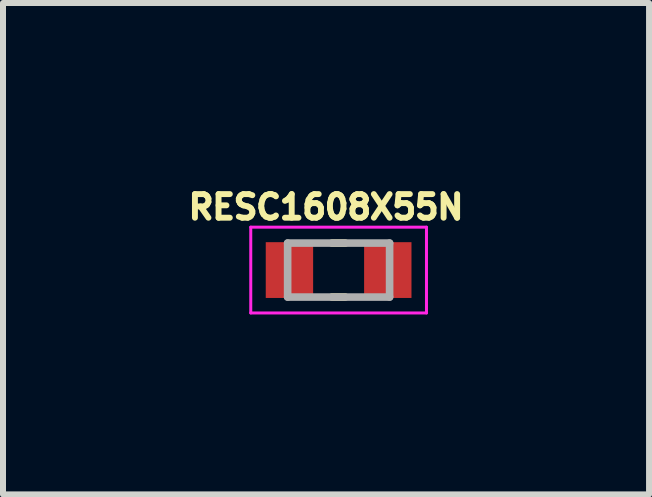
<source format=kicad_pcb>
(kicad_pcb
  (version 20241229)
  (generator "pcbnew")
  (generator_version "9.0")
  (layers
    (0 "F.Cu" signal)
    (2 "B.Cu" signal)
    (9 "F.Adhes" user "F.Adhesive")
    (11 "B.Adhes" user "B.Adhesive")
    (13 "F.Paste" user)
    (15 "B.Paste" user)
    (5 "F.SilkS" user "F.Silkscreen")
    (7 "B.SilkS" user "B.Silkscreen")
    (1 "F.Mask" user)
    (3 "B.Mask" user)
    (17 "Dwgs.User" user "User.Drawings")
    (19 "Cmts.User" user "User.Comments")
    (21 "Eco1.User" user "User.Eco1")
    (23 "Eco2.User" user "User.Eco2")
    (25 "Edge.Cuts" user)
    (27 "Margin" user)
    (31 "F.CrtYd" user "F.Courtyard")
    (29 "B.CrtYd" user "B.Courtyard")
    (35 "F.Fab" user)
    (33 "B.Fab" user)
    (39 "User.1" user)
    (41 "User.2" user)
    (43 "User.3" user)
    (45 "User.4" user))
  (footprint "RESC1608X55N"
    (layer "F.Cu")
    (at 2.596 1.453)
    (property "Reference" "RESC1608X55N" (at -0.21 -1.05 0) (layer "F.SilkS") (effects (font (size 0.394 0.394) (thickness 0.15))))
    (attr smd)
    (fp_line (start -0.11 -0.45) (end 0.11 -0.45) (stroke (width 0.127) (type solid)) (layer "F.SilkS"))
    (fp_line (start -0.11 0.45) (end 0.11 0.45) (stroke (width 0.127) (type solid)) (layer "F.SilkS"))
    (fp_line (start -1.465 -0.715) (end 1.465 -0.715) (stroke (width 0.05) (type solid)) (layer "F.CrtYd"))
    (fp_line (start -1.465 0.715) (end -1.465 -0.715) (stroke (width 0.05) (type solid)) (layer "F.CrtYd"))
    (fp_line (start -1.465 0.715) (end 1.465 0.715) (stroke (width 0.05) (type solid)) (layer "F.CrtYd"))
    (fp_line (start 1.465 0.715) (end 1.465 -0.715) (stroke (width 0.05) (type solid)) (layer "F.CrtYd"))
    (fp_line (start -0.85 0.45) (end -0.85 -0.45) (stroke (width 0.127) (type solid)) (layer "F.Fab"))
    (fp_line (start 0.85 -0.45) (end -0.85 -0.45) (stroke (width 0.127) (type solid)) (layer "F.Fab"))
    (fp_line (start 0.85 0.45) (end -0.85 0.45) (stroke (width 0.127) (type solid)) (layer "F.Fab"))
    (fp_line (start 0.85 0.45) (end 0.85 -0.45) (stroke (width 0.127) (type solid)) (layer "F.Fab"))
    (pad "1" smd rect (at -0.82 0) (size 0.79 0.93) (layers "F.Cu" "F.Mask" "F.Paste"))
    (pad "2" smd rect (at 0.82 0) (size 0.79 0.93) (layers "F.Cu" "F.Mask" "F.Paste")))
  (gr_rect
    (start -3 -3)
    (end 7.772 5.193)
    (stroke (width 0.1) (type default))
    (fill no)
    (layer "Edge.Cuts")))
</source>
